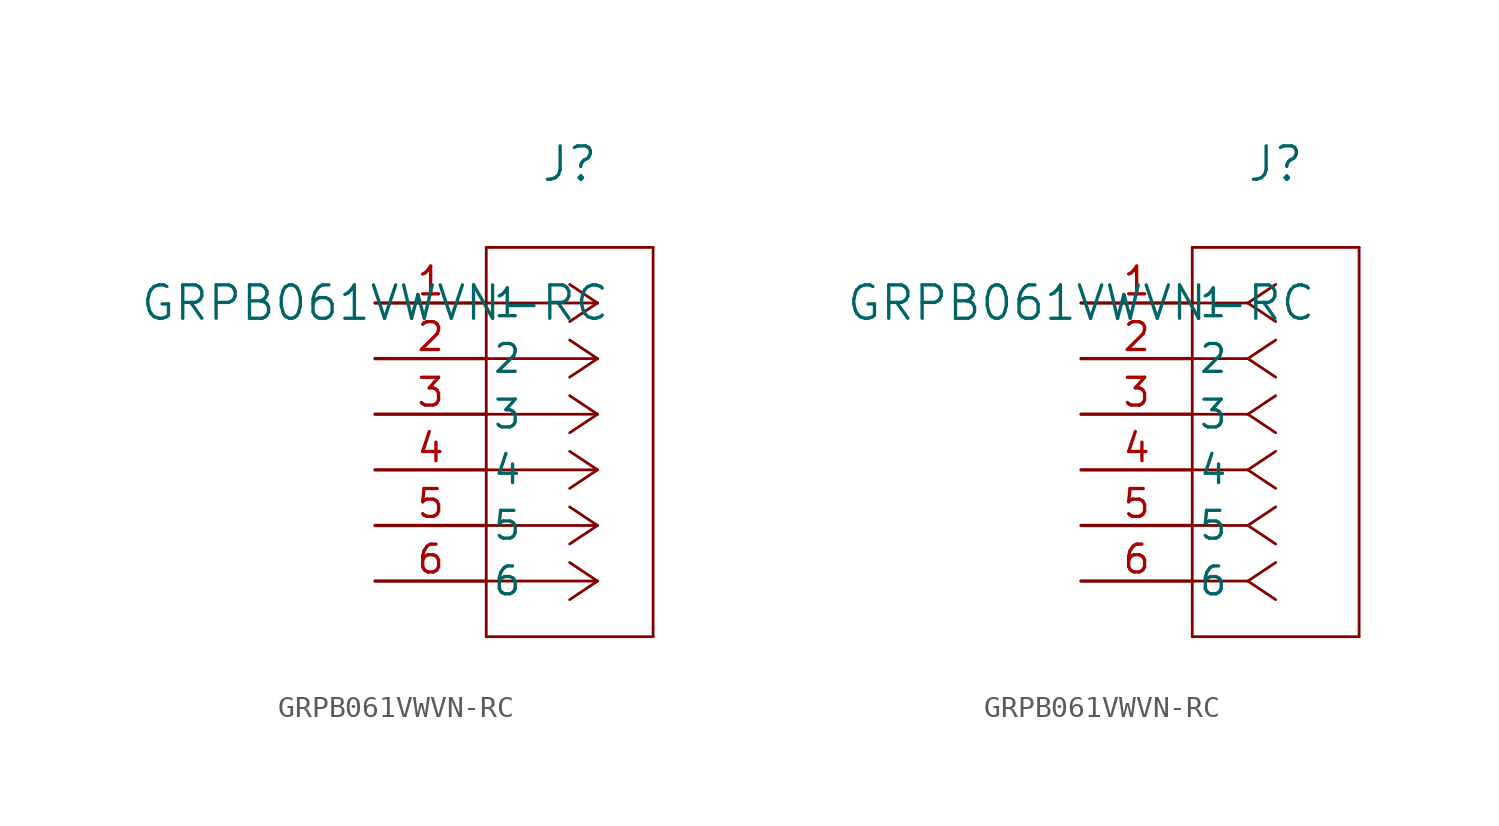
<source format=kicad_sym>
(kicad_symbol_lib
  (version 20211014)
  (generator kicad_symbol_editor)
  (symbol "GRPB061VWVN-RC"
    (pin_names
      (offset 0.254))
    (property "Reference" "J"
      (at 8.89 6.35 0)
      (effects (font (size 1.524 1.524))))
    (property "Value" "GRPB061VWVN-RC"
      (at 0 0 0)
      (effects (font (size 1.524 1.524))))
    (symbol "GRPB061VWVN-RC_1_1"
      (polyline (pts (xy 10.16 0) (xy 5.08 0)) (stroke (width 0.127) (type default) (color 0 0 0 0)) (fill (type none)))
      (polyline (pts (xy 10.16 -2.54) (xy 5.08 -2.54)) (stroke (width 0.127) (type default) (color 0 0 0 0)) (fill (type none)))
      (polyline (pts (xy 10.16 -5.08) (xy 5.08 -5.08)) (stroke (width 0.127) (type default) (color 0 0 0 0)) (fill (type none)))
      (polyline (pts (xy 10.16 -7.62) (xy 5.08 -7.62)) (stroke (width 0.127) (type default) (color 0 0 0 0)) (fill (type none)))
      (polyline (pts (xy 10.16 -10.16) (xy 5.08 -10.16)) (stroke (width 0.127) (type default) (color 0 0 0 0)) (fill (type none)))
      (polyline (pts (xy 10.16 -12.7) (xy 5.08 -12.7)) (stroke (width 0.127) (type default) (color 0 0 0 0)) (fill (type none)))
      (polyline (pts (xy 10.16 0) (xy 8.89 0.847)) (stroke (width 0.127) (type default) (color 0 0 0 0)) (fill (type none)))
      (polyline (pts (xy 10.16 -2.54) (xy 8.89 -1.693)) (stroke (width 0.127) (type default) (color 0 0 0 0)) (fill (type none)))
      (polyline (pts (xy 10.16 -5.08) (xy 8.89 -4.233)) (stroke (width 0.127) (type default) (color 0 0 0 0)) (fill (type none)))
      (polyline (pts (xy 10.16 -7.62) (xy 8.89 -6.773)) (stroke (width 0.127) (type default) (color 0 0 0 0)) (fill (type none)))
      (polyline (pts (xy 10.16 -10.16) (xy 8.89 -9.313)) (stroke (width 0.127) (type default) (color 0 0 0 0)) (fill (type none)))
      (polyline (pts (xy 10.16 -12.7) (xy 8.89 -11.853)) (stroke (width 0.127) (type default) (color 0 0 0 0)) (fill (type none)))
      (polyline (pts (xy 10.16 0) (xy 8.89 -0.847)) (stroke (width 0.127) (type default) (color 0 0 0 0)) (fill (type none)))
      (polyline (pts (xy 10.16 -2.54) (xy 8.89 -3.387)) (stroke (width 0.127) (type default) (color 0 0 0 0)) (fill (type none)))
      (polyline (pts (xy 10.16 -5.08) (xy 8.89 -5.927)) (stroke (width 0.127) (type default) (color 0 0 0 0)) (fill (type none)))
      (polyline (pts (xy 10.16 -7.62) (xy 8.89 -8.467)) (stroke (width 0.127) (type default) (color 0 0 0 0)) (fill (type none)))
      (polyline (pts (xy 10.16 -10.16) (xy 8.89 -11.007)) (stroke (width 0.127) (type default) (color 0 0 0 0)) (fill (type none)))
      (polyline (pts (xy 10.16 -12.7) (xy 8.89 -13.547)) (stroke (width 0.127) (type default) (color 0 0 0 0)) (fill (type none)))
      (polyline (pts (xy 5.08 2.54) (xy 5.08 -15.24)) (stroke (width 0.127) (type default) (color 0 0 0 0)) (fill (type none)))
      (polyline (pts (xy 5.08 -15.24) (xy 12.7 -15.24)) (stroke (width 0.127) (type default) (color 0 0 0 0)) (fill (type none)))
      (polyline (pts (xy 12.7 -15.24) (xy 12.7 2.54)) (stroke (width 0.127) (type default) (color 0 0 0 0)) (fill (type none)))
      (polyline (pts (xy 12.7 2.54) (xy 5.08 2.54)) (stroke (width 0.127) (type default) (color 0 0 0 0)) (fill (type none)))
      (pin unspecified line (at 0 0 0) (length 5.08) (name "1" (effects (font (size 1.27 1.27)))) (number "1" (effects (font (size 1.27 1.27)))))
      (pin unspecified line (at 0 -2.54 0) (length 5.08) (name "2" (effects (font (size 1.27 1.27)))) (number "2" (effects (font (size 1.27 1.27)))))
      (pin unspecified line (at 0 -5.08 0) (length 5.08) (name "3" (effects (font (size 1.27 1.27)))) (number "3" (effects (font (size 1.27 1.27)))))
      (pin unspecified line (at 0 -7.62 0) (length 5.08) (name "4" (effects (font (size 1.27 1.27)))) (number "4" (effects (font (size 1.27 1.27)))))
      (pin unspecified line (at 0 -10.16 0) (length 5.08) (name "5" (effects (font (size 1.27 1.27)))) (number "5" (effects (font (size 1.27 1.27)))))
      (pin unspecified line (at 0 -12.7 0) (length 5.08) (name "6" (effects (font (size 1.27 1.27)))) (number "6" (effects (font (size 1.27 1.27))))))
    (symbol "GRPB061VWVN-RC_1_2"
      (polyline (pts (xy 7.62 0) (xy 5.08 0)) (stroke (width 0.127) (type default) (color 0 0 0 0)) (fill (type none)))
      (polyline (pts (xy 7.62 -2.54) (xy 5.08 -2.54)) (stroke (width 0.127) (type default) (color 0 0 0 0)) (fill (type none)))
      (polyline (pts (xy 7.62 -5.08) (xy 5.08 -5.08)) (stroke (width 0.127) (type default) (color 0 0 0 0)) (fill (type none)))
      (polyline (pts (xy 7.62 -7.62) (xy 5.08 -7.62)) (stroke (width 0.127) (type default) (color 0 0 0 0)) (fill (type none)))
      (polyline (pts (xy 7.62 -10.16) (xy 5.08 -10.16)) (stroke (width 0.127) (type default) (color 0 0 0 0)) (fill (type none)))
      (polyline (pts (xy 7.62 -12.7) (xy 5.08 -12.7)) (stroke (width 0.127) (type default) (color 0 0 0 0)) (fill (type none)))
      (polyline (pts (xy 7.62 0) (xy 8.89 0.847)) (stroke (width 0.127) (type default) (color 0 0 0 0)) (fill (type none)))
      (polyline (pts (xy 7.62 -2.54) (xy 8.89 -1.693)) (stroke (width 0.127) (type default) (color 0 0 0 0)) (fill (type none)))
      (polyline (pts (xy 7.62 -5.08) (xy 8.89 -4.233)) (stroke (width 0.127) (type default) (color 0 0 0 0)) (fill (type none)))
      (polyline (pts (xy 7.62 -7.62) (xy 8.89 -6.773)) (stroke (width 0.127) (type default) (color 0 0 0 0)) (fill (type none)))
      (polyline (pts (xy 7.62 -10.16) (xy 8.89 -9.313)) (stroke (width 0.127) (type default) (color 0 0 0 0)) (fill (type none)))
      (polyline (pts (xy 7.62 -12.7) (xy 8.89 -11.853)) (stroke (width 0.127) (type default) (color 0 0 0 0)) (fill (type none)))
      (polyline (pts (xy 7.62 0) (xy 8.89 -0.847)) (stroke (width 0.127) (type default) (color 0 0 0 0)) (fill (type none)))
      (polyline (pts (xy 7.62 -2.54) (xy 8.89 -3.387)) (stroke (width 0.127) (type default) (color 0 0 0 0)) (fill (type none)))
      (polyline (pts (xy 7.62 -5.08) (xy 8.89 -5.927)) (stroke (width 0.127) (type default) (color 0 0 0 0)) (fill (type none)))
      (polyline (pts (xy 7.62 -7.62) (xy 8.89 -8.467)) (stroke (width 0.127) (type default) (color 0 0 0 0)) (fill (type none)))
      (polyline (pts (xy 7.62 -10.16) (xy 8.89 -11.007)) (stroke (width 0.127) (type default) (color 0 0 0 0)) (fill (type none)))
      (polyline (pts (xy 7.62 -12.7) (xy 8.89 -13.547)) (stroke (width 0.127) (type default) (color 0 0 0 0)) (fill (type none)))
      (polyline (pts (xy 5.08 2.54) (xy 5.08 -15.24)) (stroke (width 0.127) (type default) (color 0 0 0 0)) (fill (type none)))
      (polyline (pts (xy 5.08 -15.24) (xy 12.7 -15.24)) (stroke (width 0.127) (type default) (color 0 0 0 0)) (fill (type none)))
      (polyline (pts (xy 12.7 -15.24) (xy 12.7 2.54)) (stroke (width 0.127) (type default) (color 0 0 0 0)) (fill (type none)))
      (polyline (pts (xy 12.7 2.54) (xy 5.08 2.54)) (stroke (width 0.127) (type default) (color 0 0 0 0)) (fill (type none)))
      (pin unspecified line (at 0 0 0) (length 5.08) (name "1" (effects (font (size 1.27 1.27)))) (number "1" (effects (font (size 1.27 1.27)))))
      (pin unspecified line (at 0 -2.54 0) (length 5.08) (name "2" (effects (font (size 1.27 1.27)))) (number "2" (effects (font (size 1.27 1.27)))))
      (pin unspecified line (at 0 -5.08 0) (length 5.08) (name "3" (effects (font (size 1.27 1.27)))) (number "3" (effects (font (size 1.27 1.27)))))
      (pin unspecified line (at 0 -7.62 0) (length 5.08) (name "4" (effects (font (size 1.27 1.27)))) (number "4" (effects (font (size 1.27 1.27)))))
      (pin unspecified line (at 0 -10.16 0) (length 5.08) (name "5" (effects (font (size 1.27 1.27)))) (number "5" (effects (font (size 1.27 1.27)))))
      (pin unspecified line (at 0 -12.7 0) (length 5.08) (name "6" (effects (font (size 1.27 1.27)))) (number "6" (effects (font (size 1.27 1.27))))))))
</source>
